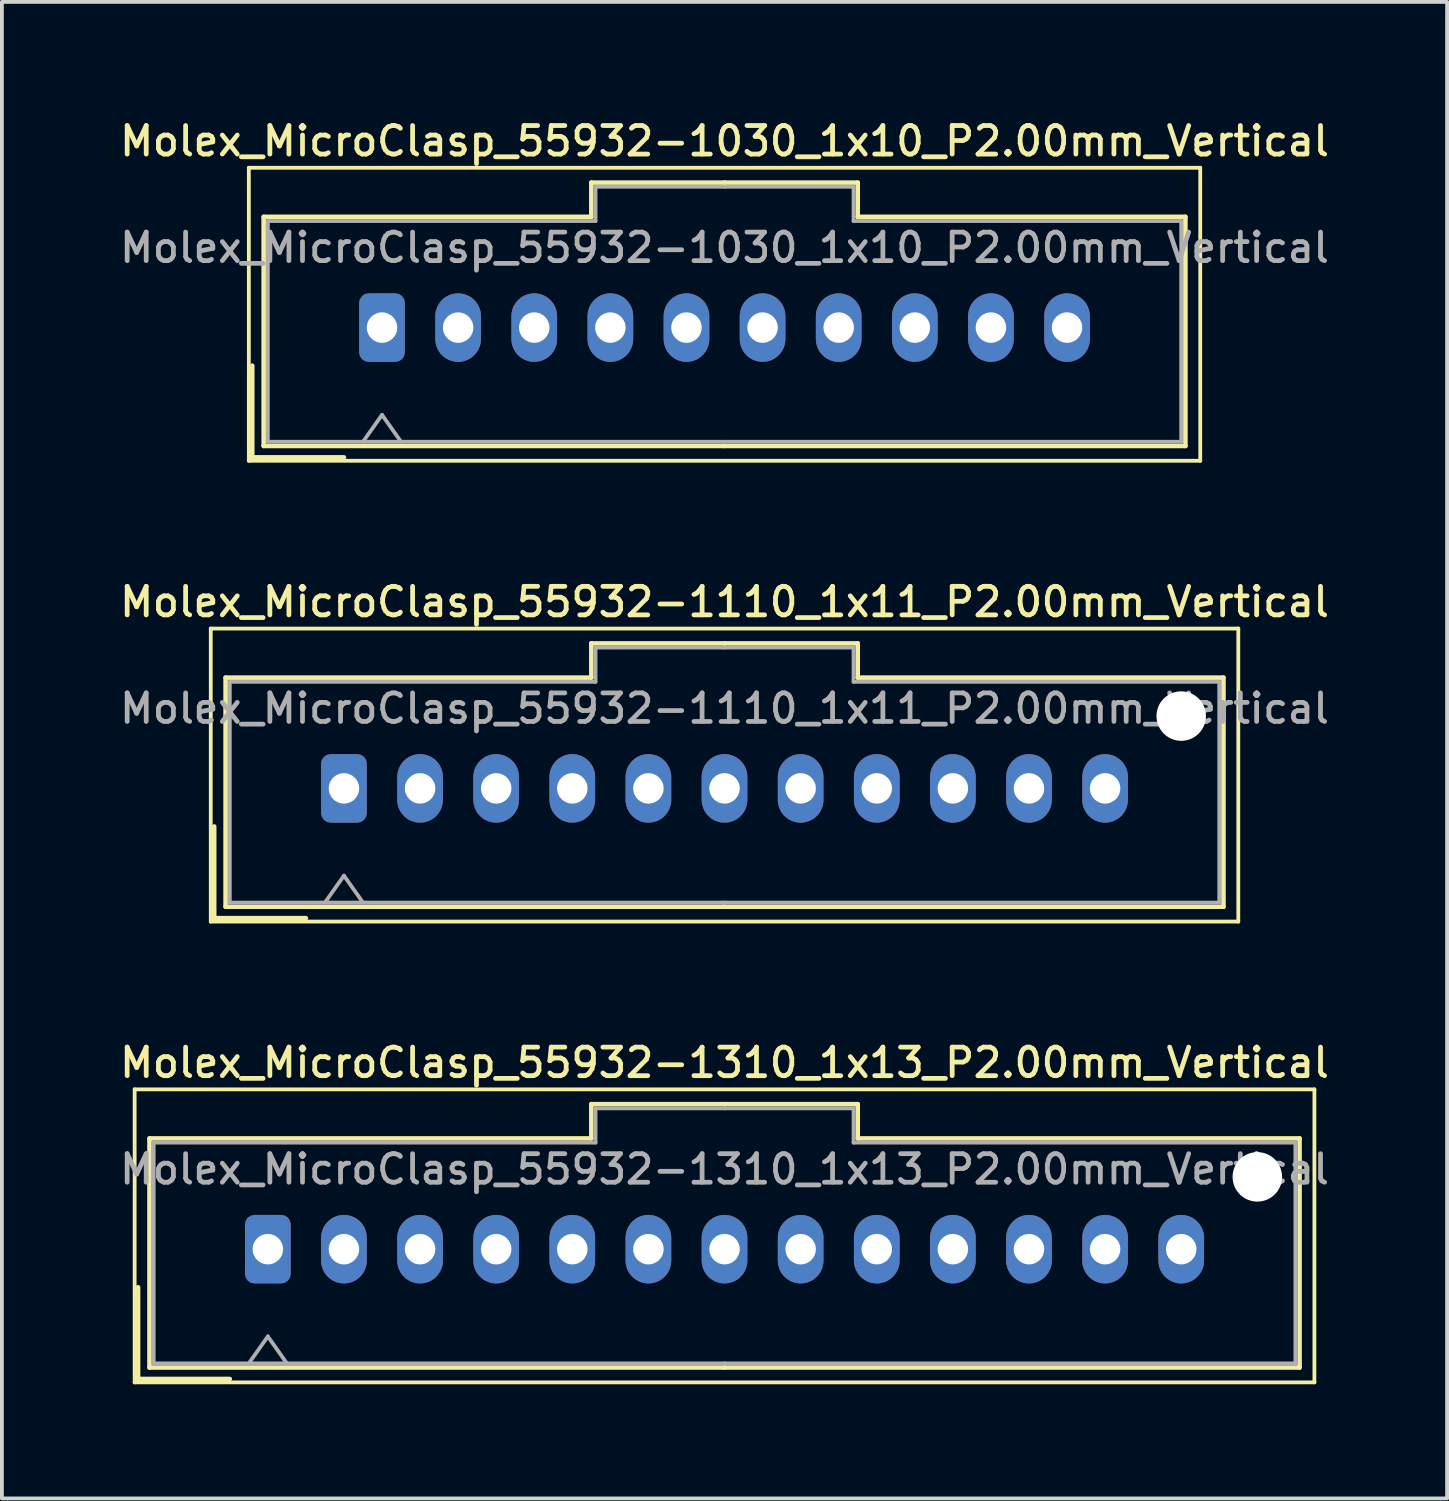
<source format=kicad_pcb>
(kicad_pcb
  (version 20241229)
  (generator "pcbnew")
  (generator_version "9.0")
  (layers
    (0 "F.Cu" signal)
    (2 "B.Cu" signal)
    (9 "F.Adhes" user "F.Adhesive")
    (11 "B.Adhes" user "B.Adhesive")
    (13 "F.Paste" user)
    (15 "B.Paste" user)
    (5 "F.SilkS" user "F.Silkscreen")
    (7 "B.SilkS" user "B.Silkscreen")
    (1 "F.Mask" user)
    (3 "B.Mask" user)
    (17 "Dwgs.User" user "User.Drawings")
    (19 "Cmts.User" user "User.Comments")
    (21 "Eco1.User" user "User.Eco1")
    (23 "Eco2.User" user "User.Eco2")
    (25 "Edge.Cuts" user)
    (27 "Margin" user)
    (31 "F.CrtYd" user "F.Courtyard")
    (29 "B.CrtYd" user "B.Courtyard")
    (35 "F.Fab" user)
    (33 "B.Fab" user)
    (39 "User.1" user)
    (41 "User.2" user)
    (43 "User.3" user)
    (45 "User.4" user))
  (footprint "Molex_MicroClasp_55932-1110_1x11_P2.00mm_Vertical"
    (layer "F.Cu")
    (at 5.988 17.666)
    (property "Reference" "Molex_MicroClasp_55932-1110_1x11_P2.00mm_Vertical" (at 10 -4.9 0) (layer "F.SilkS") (effects (font (size 0.75 0.75) (thickness 0.125))))
    (attr through_hole)
    (fp_line (start -3.5 -4.2) (end -3.5 3.5) (stroke (width 0.1) (type solid)) (layer "F.SilkS"))
    (fp_line (start -3.5 3.5) (end 23.5 3.5) (stroke (width 0.1) (type solid)) (layer "F.SilkS"))
    (fp_line (start -3.41 1) (end -3.41 3.41) (stroke (width 0.12) (type solid)) (layer "F.SilkS"))
    (fp_line (start -3.41 3.41) (end -1 3.41) (stroke (width 0.12) (type solid)) (layer "F.SilkS"))
    (fp_line (start -3.11 -2.91) (end -3.11 3.11) (stroke (width 0.12) (type solid)) (layer "F.SilkS"))
    (fp_line (start -3.11 3.11) (end 10 3.11) (stroke (width 0.12) (type solid)) (layer "F.SilkS"))
    (fp_line (start 6.5 -3.81) (end 6.5 -2.91) (stroke (width 0.12) (type solid)) (layer "F.SilkS"))
    (fp_line (start 6.5 -2.91) (end -3.11 -2.91) (stroke (width 0.12) (type solid)) (layer "F.SilkS"))
    (fp_line (start 10 -3.81) (end 6.5 -3.81) (stroke (width 0.12) (type solid)) (layer "F.SilkS"))
    (fp_line (start 10 -3.81) (end 13.5 -3.81) (stroke (width 0.12) (type solid)) (layer "F.SilkS"))
    (fp_line (start 13.5 -3.81) (end 13.5 -2.91) (stroke (width 0.12) (type solid)) (layer "F.SilkS"))
    (fp_line (start 13.5 -2.91) (end 23.11 -2.91) (stroke (width 0.12) (type solid)) (layer "F.SilkS"))
    (fp_line (start 23.11 -2.91) (end 23.11 3.11) (stroke (width 0.12) (type solid)) (layer "F.SilkS"))
    (fp_line (start 23.11 3.11) (end 10 3.11) (stroke (width 0.12) (type solid)) (layer "F.SilkS"))
    (fp_line (start 23.5 -4.2) (end -3.5 -4.2) (stroke (width 0.1) (type solid)) (layer "F.SilkS"))
    (fp_line (start 23.5 3.5) (end 23.5 -4.2) (stroke (width 0.1) (type solid)) (layer "F.SilkS"))
    (fp_line (start -3 -2.8) (end -3 3) (stroke (width 0.1) (type solid)) (layer "F.Fab"))
    (fp_line (start -3 3) (end 10 3) (stroke (width 0.1) (type solid)) (layer "F.Fab"))
    (fp_line (start -0.5 3) (end 0 2.293) (stroke (width 0.1) (type solid)) (layer "F.Fab"))
    (fp_line (start 0 2.293) (end 0.5 3) (stroke (width 0.1) (type solid)) (layer "F.Fab"))
    (fp_line (start 6.61 -3.7) (end 6.61 -2.8) (stroke (width 0.1) (type solid)) (layer "F.Fab"))
    (fp_line (start 6.61 -2.8) (end -3 -2.8) (stroke (width 0.1) (type solid)) (layer "F.Fab"))
    (fp_line (start 10 -3.7) (end 6.61 -3.7) (stroke (width 0.1) (type solid)) (layer "F.Fab"))
    (fp_line (start 10 -3.7) (end 13.39 -3.7) (stroke (width 0.1) (type solid)) (layer "F.Fab"))
    (fp_line (start 13.39 -3.7) (end 13.39 -2.8) (stroke (width 0.1) (type solid)) (layer "F.Fab"))
    (fp_line (start 13.39 -2.8) (end 23 -2.8) (stroke (width 0.1) (type solid)) (layer "F.Fab"))
    (fp_line (start 23 -2.8) (end 23 3) (stroke (width 0.1) (type solid)) (layer "F.Fab"))
    (fp_line (start 23 3) (end 10 3) (stroke (width 0.1) (type solid)) (layer "F.Fab"))
    (fp_text user "${REFERENCE}" (at 10 -2.1 0) (layer "F.Fab") (effects (font (size 0.75 0.75) (thickness 0.125))))
    (pad "" np_thru_hole circle (at 22 -1.9) (size 1.3 1.3) (drill 1.3) (layers "*.Cu" "*.Mask"))
    (pad "1" thru_hole roundrect (at 0 0) (size 1.2 1.8) (drill 0.8) (layers "*.Cu" "*.Mask") (roundrect_rratio 0.208))
    (pad "2" thru_hole oval (at 2 0) (size 1.2 1.8) (drill 0.8) (layers "*.Cu" "*.Mask"))
    (pad "3" thru_hole oval (at 4 0) (size 1.2 1.8) (drill 0.8) (layers "*.Cu" "*.Mask"))
    (pad "4" thru_hole oval (at 6 0) (size 1.2 1.8) (drill 0.8) (layers "*.Cu" "*.Mask"))
    (pad "5" thru_hole oval (at 8 0) (size 1.2 1.8) (drill 0.8) (layers "*.Cu" "*.Mask"))
    (pad "6" thru_hole oval (at 10 0) (size 1.2 1.8) (drill 0.8) (layers "*.Cu" "*.Mask"))
    (pad "7" thru_hole oval (at 12 0) (size 1.2 1.8) (drill 0.8) (layers "*.Cu" "*.Mask"))
    (pad "8" thru_hole oval (at 14 0) (size 1.2 1.8) (drill 0.8) (layers "*.Cu" "*.Mask"))
    (pad "9" thru_hole oval (at 16 0) (size 1.2 1.8) (drill 0.8) (layers "*.Cu" "*.Mask"))
    (pad "10" thru_hole oval (at 18 0) (size 1.2 1.8) (drill 0.8) (layers "*.Cu" "*.Mask"))
    (pad "11" thru_hole oval (at 20 0) (size 1.2 1.8) (drill 0.8) (layers "*.Cu" "*.Mask")))
  (footprint "Molex_MicroClasp_55932-1030_1x10_P2.00mm_Vertical"
    (layer "F.Cu")
    (at 6.988 5.558)
    (property "Reference" "Molex_MicroClasp_55932-1030_1x10_P2.00mm_Vertical" (at 9 -4.9 0) (layer "F.SilkS") (effects (font (size 0.75 0.75) (thickness 0.125))))
    (attr through_hole)
    (fp_line (start -3.5 -4.2) (end -3.5 3.5) (stroke (width 0.1) (type solid)) (layer "F.SilkS"))
    (fp_line (start -3.5 3.5) (end 21.5 3.5) (stroke (width 0.1) (type solid)) (layer "F.SilkS"))
    (fp_line (start -3.41 1) (end -3.41 3.41) (stroke (width 0.12) (type solid)) (layer "F.SilkS"))
    (fp_line (start -3.41 3.41) (end -1 3.41) (stroke (width 0.12) (type solid)) (layer "F.SilkS"))
    (fp_line (start -3.11 -2.91) (end -3.11 3.11) (stroke (width 0.12) (type solid)) (layer "F.SilkS"))
    (fp_line (start -3.11 3.11) (end 9 3.11) (stroke (width 0.12) (type solid)) (layer "F.SilkS"))
    (fp_line (start 5.5 -3.81) (end 5.5 -2.91) (stroke (width 0.12) (type solid)) (layer "F.SilkS"))
    (fp_line (start 5.5 -2.91) (end -3.11 -2.91) (stroke (width 0.12) (type solid)) (layer "F.SilkS"))
    (fp_line (start 9 -3.81) (end 5.5 -3.81) (stroke (width 0.12) (type solid)) (layer "F.SilkS"))
    (fp_line (start 9 -3.81) (end 12.5 -3.81) (stroke (width 0.12) (type solid)) (layer "F.SilkS"))
    (fp_line (start 12.5 -3.81) (end 12.5 -2.91) (stroke (width 0.12) (type solid)) (layer "F.SilkS"))
    (fp_line (start 12.5 -2.91) (end 21.11 -2.91) (stroke (width 0.12) (type solid)) (layer "F.SilkS"))
    (fp_line (start 21.11 -2.91) (end 21.11 3.11) (stroke (width 0.12) (type solid)) (layer "F.SilkS"))
    (fp_line (start 21.11 3.11) (end 9 3.11) (stroke (width 0.12) (type solid)) (layer "F.SilkS"))
    (fp_line (start 21.5 -4.2) (end -3.5 -4.2) (stroke (width 0.1) (type solid)) (layer "F.SilkS"))
    (fp_line (start 21.5 3.5) (end 21.5 -4.2) (stroke (width 0.1) (type solid)) (layer "F.SilkS"))
    (fp_line (start -3 -2.8) (end -3 3) (stroke (width 0.1) (type solid)) (layer "F.Fab"))
    (fp_line (start -3 3) (end 9 3) (stroke (width 0.1) (type solid)) (layer "F.Fab"))
    (fp_line (start -0.5 3) (end 0 2.293) (stroke (width 0.1) (type solid)) (layer "F.Fab"))
    (fp_line (start 0 2.293) (end 0.5 3) (stroke (width 0.1) (type solid)) (layer "F.Fab"))
    (fp_line (start 5.61 -3.7) (end 5.61 -2.8) (stroke (width 0.1) (type solid)) (layer "F.Fab"))
    (fp_line (start 5.61 -2.8) (end -3 -2.8) (stroke (width 0.1) (type solid)) (layer "F.Fab"))
    (fp_line (start 9 -3.7) (end 5.61 -3.7) (stroke (width 0.1) (type solid)) (layer "F.Fab"))
    (fp_line (start 9 -3.7) (end 12.39 -3.7) (stroke (width 0.1) (type solid)) (layer "F.Fab"))
    (fp_line (start 12.39 -3.7) (end 12.39 -2.8) (stroke (width 0.1) (type solid)) (layer "F.Fab"))
    (fp_line (start 12.39 -2.8) (end 21 -2.8) (stroke (width 0.1) (type solid)) (layer "F.Fab"))
    (fp_line (start 21 -2.8) (end 21 3) (stroke (width 0.1) (type solid)) (layer "F.Fab"))
    (fp_line (start 21 3) (end 9 3) (stroke (width 0.1) (type solid)) (layer "F.Fab"))
    (fp_text user "${REFERENCE}" (at 9 -2.1 0) (layer "F.Fab") (effects (font (size 0.75 0.75) (thickness 0.125))))
    (pad "1" thru_hole roundrect (at 0 0) (size 1.2 1.8) (drill 0.8) (layers "*.Cu" "*.Mask") (roundrect_rratio 0.208))
    (pad "2" thru_hole oval (at 2 0) (size 1.2 1.8) (drill 0.8) (layers "*.Cu" "*.Mask"))
    (pad "3" thru_hole oval (at 4 0) (size 1.2 1.8) (drill 0.8) (layers "*.Cu" "*.Mask"))
    (pad "4" thru_hole oval (at 6 0) (size 1.2 1.8) (drill 0.8) (layers "*.Cu" "*.Mask"))
    (pad "5" thru_hole oval (at 8 0) (size 1.2 1.8) (drill 0.8) (layers "*.Cu" "*.Mask"))
    (pad "6" thru_hole oval (at 10 0) (size 1.2 1.8) (drill 0.8) (layers "*.Cu" "*.Mask"))
    (pad "7" thru_hole oval (at 12 0) (size 1.2 1.8) (drill 0.8) (layers "*.Cu" "*.Mask"))
    (pad "8" thru_hole oval (at 14 0) (size 1.2 1.8) (drill 0.8) (layers "*.Cu" "*.Mask"))
    (pad "9" thru_hole oval (at 16 0) (size 1.2 1.8) (drill 0.8) (layers "*.Cu" "*.Mask"))
    (pad "10" thru_hole oval (at 18 0) (size 1.2 1.8) (drill 0.8) (layers "*.Cu" "*.Mask")))
  (footprint "Molex_MicroClasp_55932-1310_1x13_P2.00mm_Vertical"
    (layer "F.Cu")
    (at 3.988 29.774)
    (property "Reference" "Molex_MicroClasp_55932-1310_1x13_P2.00mm_Vertical" (at 12 -4.9 0) (layer "F.SilkS") (effects (font (size 0.75 0.75) (thickness 0.125))))
    (attr through_hole)
    (fp_line (start -3.5 -4.2) (end -3.5 3.5) (stroke (width 0.1) (type solid)) (layer "F.SilkS"))
    (fp_line (start -3.5 3.5) (end 27.5 3.5) (stroke (width 0.1) (type solid)) (layer "F.SilkS"))
    (fp_line (start -3.41 1) (end -3.41 3.41) (stroke (width 0.12) (type solid)) (layer "F.SilkS"))
    (fp_line (start -3.41 3.41) (end -1 3.41) (stroke (width 0.12) (type solid)) (layer "F.SilkS"))
    (fp_line (start -3.11 -2.91) (end -3.11 3.11) (stroke (width 0.12) (type solid)) (layer "F.SilkS"))
    (fp_line (start -3.11 3.11) (end 12 3.11) (stroke (width 0.12) (type solid)) (layer "F.SilkS"))
    (fp_line (start 8.5 -3.81) (end 8.5 -2.91) (stroke (width 0.12) (type solid)) (layer "F.SilkS"))
    (fp_line (start 8.5 -2.91) (end -3.11 -2.91) (stroke (width 0.12) (type solid)) (layer "F.SilkS"))
    (fp_line (start 12 -3.81) (end 8.5 -3.81) (stroke (width 0.12) (type solid)) (layer "F.SilkS"))
    (fp_line (start 12 -3.81) (end 15.5 -3.81) (stroke (width 0.12) (type solid)) (layer "F.SilkS"))
    (fp_line (start 15.5 -3.81) (end 15.5 -2.91) (stroke (width 0.12) (type solid)) (layer "F.SilkS"))
    (fp_line (start 15.5 -2.91) (end 27.11 -2.91) (stroke (width 0.12) (type solid)) (layer "F.SilkS"))
    (fp_line (start 27.11 -2.91) (end 27.11 3.11) (stroke (width 0.12) (type solid)) (layer "F.SilkS"))
    (fp_line (start 27.11 3.11) (end 12 3.11) (stroke (width 0.12) (type solid)) (layer "F.SilkS"))
    (fp_line (start 27.5 -4.2) (end -3.5 -4.2) (stroke (width 0.1) (type solid)) (layer "F.SilkS"))
    (fp_line (start 27.5 3.5) (end 27.5 -4.2) (stroke (width 0.1) (type solid)) (layer "F.SilkS"))
    (fp_line (start -3 -2.8) (end -3 3) (stroke (width 0.1) (type solid)) (layer "F.Fab"))
    (fp_line (start -3 3) (end 12 3) (stroke (width 0.1) (type solid)) (layer "F.Fab"))
    (fp_line (start -0.5 3) (end 0 2.293) (stroke (width 0.1) (type solid)) (layer "F.Fab"))
    (fp_line (start 0 2.293) (end 0.5 3) (stroke (width 0.1) (type solid)) (layer "F.Fab"))
    (fp_line (start 8.61 -3.7) (end 8.61 -2.8) (stroke (width 0.1) (type solid)) (layer "F.Fab"))
    (fp_line (start 8.61 -2.8) (end -3 -2.8) (stroke (width 0.1) (type solid)) (layer "F.Fab"))
    (fp_line (start 12 -3.7) (end 8.61 -3.7) (stroke (width 0.1) (type solid)) (layer "F.Fab"))
    (fp_line (start 12 -3.7) (end 15.39 -3.7) (stroke (width 0.1) (type solid)) (layer "F.Fab"))
    (fp_line (start 15.39 -3.7) (end 15.39 -2.8) (stroke (width 0.1) (type solid)) (layer "F.Fab"))
    (fp_line (start 15.39 -2.8) (end 27 -2.8) (stroke (width 0.1) (type solid)) (layer "F.Fab"))
    (fp_line (start 27 -2.8) (end 27 3) (stroke (width 0.1) (type solid)) (layer "F.Fab"))
    (fp_line (start 27 3) (end 12 3) (stroke (width 0.1) (type solid)) (layer "F.Fab"))
    (fp_text user "${REFERENCE}" (at 12 -2.1 0) (layer "F.Fab") (effects (font (size 0.75 0.75) (thickness 0.125))))
    (pad "" np_thru_hole circle (at 26 -1.9) (size 1.3 1.3) (drill 1.3) (layers "*.Cu" "*.Mask"))
    (pad "1" thru_hole roundrect (at 0 0) (size 1.2 1.8) (drill 0.8) (layers "*.Cu" "*.Mask") (roundrect_rratio 0.208))
    (pad "2" thru_hole oval (at 2 0) (size 1.2 1.8) (drill 0.8) (layers "*.Cu" "*.Mask"))
    (pad "3" thru_hole oval (at 4 0) (size 1.2 1.8) (drill 0.8) (layers "*.Cu" "*.Mask"))
    (pad "4" thru_hole oval (at 6 0) (size 1.2 1.8) (drill 0.8) (layers "*.Cu" "*.Mask"))
    (pad "5" thru_hole oval (at 8 0) (size 1.2 1.8) (drill 0.8) (layers "*.Cu" "*.Mask"))
    (pad "6" thru_hole oval (at 10 0) (size 1.2 1.8) (drill 0.8) (layers "*.Cu" "*.Mask"))
    (pad "7" thru_hole oval (at 12 0) (size 1.2 1.8) (drill 0.8) (layers "*.Cu" "*.Mask"))
    (pad "8" thru_hole oval (at 14 0) (size 1.2 1.8) (drill 0.8) (layers "*.Cu" "*.Mask"))
    (pad "9" thru_hole oval (at 16 0) (size 1.2 1.8) (drill 0.8) (layers "*.Cu" "*.Mask"))
    (pad "10" thru_hole oval (at 18 0) (size 1.2 1.8) (drill 0.8) (layers "*.Cu" "*.Mask"))
    (pad "11" thru_hole oval (at 20 0) (size 1.2 1.8) (drill 0.8) (layers "*.Cu" "*.Mask"))
    (pad "12" thru_hole oval (at 22 0) (size 1.2 1.8) (drill 0.8) (layers "*.Cu" "*.Mask"))
    (pad "13" thru_hole oval (at 24 0) (size 1.2 1.8) (drill 0.8) (layers "*.Cu" "*.Mask")))
  (gr_rect
    (start -3 -3)
    (end 34.975 36.324)
    (stroke (width 0.1) (type default))
    (fill no)
    (layer "Edge.Cuts")))
</source>
